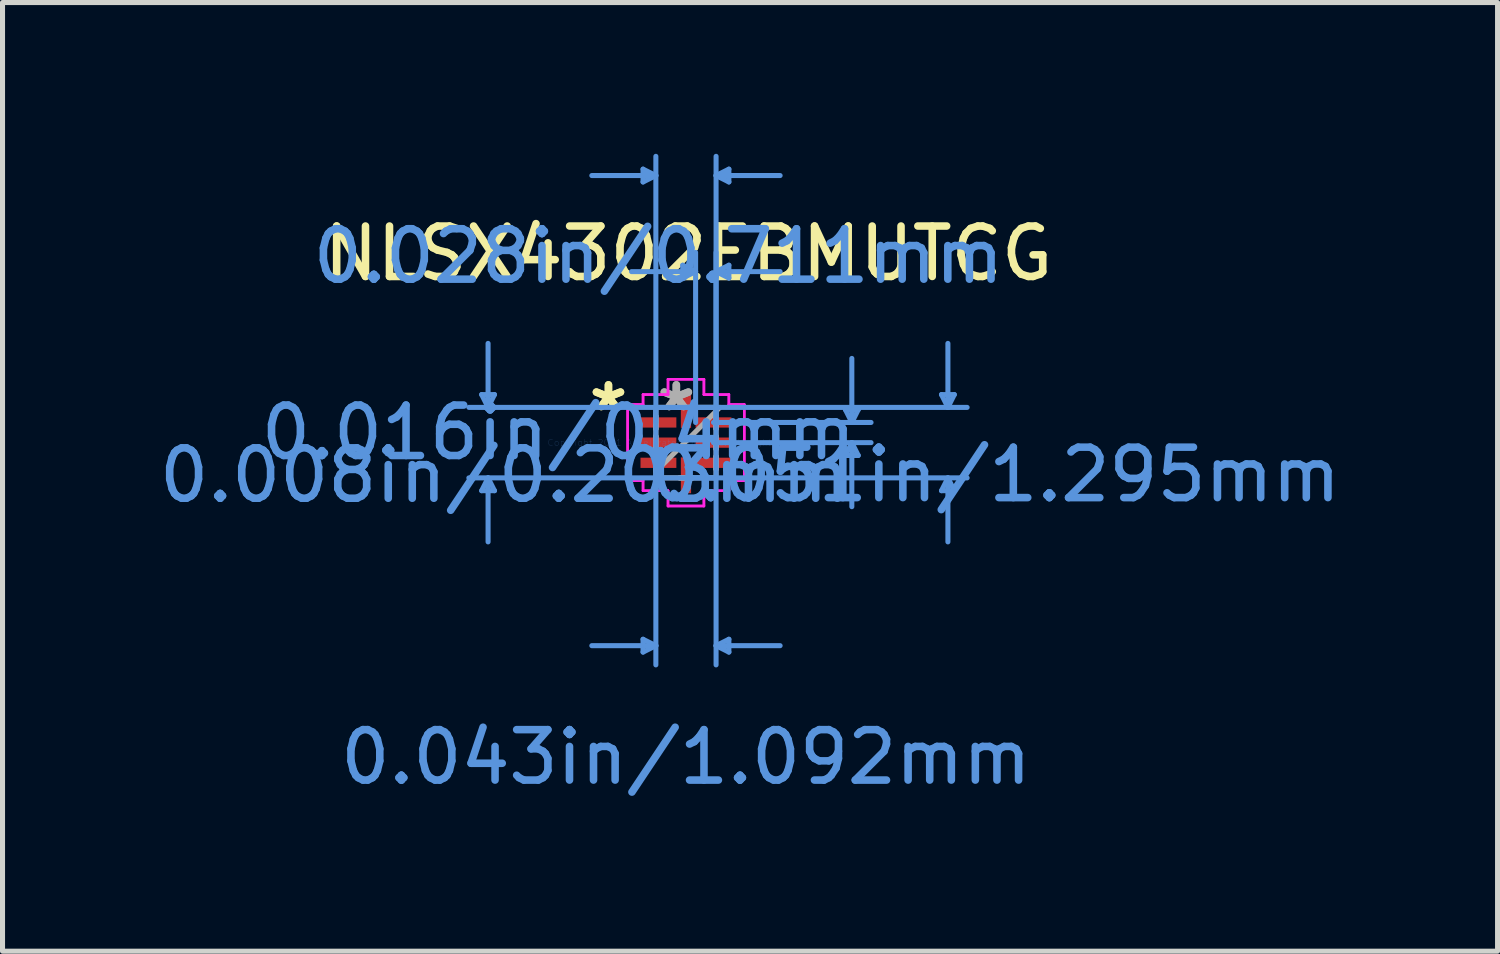
<source format=kicad_pcb>
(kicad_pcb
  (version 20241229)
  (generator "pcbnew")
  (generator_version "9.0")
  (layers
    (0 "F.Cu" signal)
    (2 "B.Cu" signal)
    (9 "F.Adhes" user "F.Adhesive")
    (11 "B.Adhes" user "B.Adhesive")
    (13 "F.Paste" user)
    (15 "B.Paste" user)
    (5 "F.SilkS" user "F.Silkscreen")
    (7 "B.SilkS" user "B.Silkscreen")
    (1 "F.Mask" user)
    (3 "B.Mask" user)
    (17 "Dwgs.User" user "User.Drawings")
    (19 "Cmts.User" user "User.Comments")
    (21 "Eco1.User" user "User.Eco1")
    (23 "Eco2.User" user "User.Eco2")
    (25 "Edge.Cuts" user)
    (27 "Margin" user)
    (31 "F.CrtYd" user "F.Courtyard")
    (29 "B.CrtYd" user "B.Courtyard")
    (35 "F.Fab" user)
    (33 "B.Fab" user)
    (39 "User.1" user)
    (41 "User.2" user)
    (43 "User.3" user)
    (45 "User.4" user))
  (footprint "NLSX4302EBMUTCG"
    (layer "F.Cu")
    (at 10.552 5.727)
    (property "Reference" "NLSX4302EBMUTCG" (at 0.05 -3.75 0) (layer "F.SilkS") (effects (font (size 1 1) (thickness 0.15))))
    (attr through_hole)
    (fp_line (start -4.051 -0.953) (end -3.797 -0.953) (stroke (width 0.1) (type solid)) (layer "Cmts.User"))
    (fp_line (start -4.051 0.953) (end -3.797 0.953) (stroke (width 0.1) (type solid)) (layer "Cmts.User"))
    (fp_line (start -3.924 -0.699) (end -4.051 -0.953) (stroke (width 0.1) (type solid)) (layer "Cmts.User"))
    (fp_line (start -3.924 -0.699) (end -3.924 -1.968) (stroke (width 0.1) (type solid)) (layer "Cmts.User"))
    (fp_line (start -3.924 -0.699) (end -3.797 -0.953) (stroke (width 0.1) (type solid)) (layer "Cmts.User"))
    (fp_line (start -3.924 0.699) (end -4.051 0.953) (stroke (width 0.1) (type solid)) (layer "Cmts.User"))
    (fp_line (start -3.924 0.699) (end -3.924 1.968) (stroke (width 0.1) (type solid)) (layer "Cmts.User"))
    (fp_line (start -3.924 0.699) (end -3.797 0.953) (stroke (width 0.1) (type solid)) (layer "Cmts.User"))
    (fp_line (start -0.851 -5.423) (end -0.851 -5.169) (stroke (width 0.1) (type solid)) (layer "Cmts.User"))
    (fp_line (start -0.851 3.899) (end -0.851 4.153) (stroke (width 0.1) (type solid)) (layer "Cmts.User"))
    (fp_line (start -0.597 -5.296) (end -1.867 -5.296) (stroke (width 0.1) (type solid)) (layer "Cmts.User"))
    (fp_line (start -0.597 -5.296) (end -0.851 -5.423) (stroke (width 0.1) (type solid)) (layer "Cmts.User"))
    (fp_line (start -0.597 -5.296) (end -0.851 -5.169) (stroke (width 0.1) (type solid)) (layer "Cmts.User"))
    (fp_line (start -0.597 -0.699) (end -0.597 4.407) (stroke (width 0.1) (type solid)) (layer "Cmts.User"))
    (fp_line (start -0.597 -0.4) (end -0.597 -5.677) (stroke (width 0.1) (type solid)) (layer "Cmts.User"))
    (fp_line (start -0.597 4.026) (end -1.867 4.026) (stroke (width 0.1) (type solid)) (layer "Cmts.User"))
    (fp_line (start -0.597 4.026) (end -0.851 3.899) (stroke (width 0.1) (type solid)) (layer "Cmts.User"))
    (fp_line (start -0.597 4.026) (end -0.851 4.153) (stroke (width 0.1) (type solid)) (layer "Cmts.User"))
    (fp_line (start -0.064 -3.518) (end -0.064 -3.264) (stroke (width 0.1) (type solid)) (layer "Cmts.User"))
    (fp_line (start 0 -0.699) (end 5.575 -0.699) (stroke (width 0.1) (type solid)) (layer "Cmts.User"))
    (fp_line (start 0 0.699) (end 5.575 0.699) (stroke (width 0.1) (type solid)) (layer "Cmts.User"))
    (fp_line (start 0.191 -3.391) (end -1.079 -3.391) (stroke (width 0.1) (type solid)) (layer "Cmts.User"))
    (fp_line (start 0.191 -3.391) (end -0.064 -3.518) (stroke (width 0.1) (type solid)) (layer "Cmts.User"))
    (fp_line (start 0.191 -3.391) (end -0.064 -3.264) (stroke (width 0.1) (type solid)) (layer "Cmts.User"))
    (fp_line (start 0.191 -0.4) (end 0.191 -3.772) (stroke (width 0.1) (type solid)) (layer "Cmts.User"))
    (fp_line (start 0.546 -0.4) (end 3.67 -0.4) (stroke (width 0.1) (type solid)) (layer "Cmts.User"))
    (fp_line (start 0.546 0) (end 3.67 0) (stroke (width 0.1) (type solid)) (layer "Cmts.User"))
    (fp_line (start 0.597 -5.296) (end 0.851 -5.423) (stroke (width 0.1) (type solid)) (layer "Cmts.User"))
    (fp_line (start 0.597 -5.296) (end 0.851 -5.169) (stroke (width 0.1) (type solid)) (layer "Cmts.User"))
    (fp_line (start 0.597 -5.296) (end 1.867 -5.296) (stroke (width 0.1) (type solid)) (layer "Cmts.User"))
    (fp_line (start 0.597 -3.391) (end 0.851 -3.518) (stroke (width 0.1) (type solid)) (layer "Cmts.User"))
    (fp_line (start 0.597 -3.391) (end 0.851 -3.264) (stroke (width 0.1) (type solid)) (layer "Cmts.User"))
    (fp_line (start 0.597 -3.391) (end 1.867 -3.391) (stroke (width 0.1) (type solid)) (layer "Cmts.User"))
    (fp_line (start 0.597 -0.699) (end -4.305 -0.699) (stroke (width 0.1) (type solid)) (layer "Cmts.User"))
    (fp_line (start 0.597 -0.699) (end 0.597 4.407) (stroke (width 0.1) (type solid)) (layer "Cmts.User"))
    (fp_line (start 0.597 -0.4) (end 0.597 -5.677) (stroke (width 0.1) (type solid)) (layer "Cmts.User"))
    (fp_line (start 0.597 -0.4) (end 0.597 -3.772) (stroke (width 0.1) (type solid)) (layer "Cmts.User"))
    (fp_line (start 0.597 0.699) (end -4.305 0.699) (stroke (width 0.1) (type solid)) (layer "Cmts.User"))
    (fp_line (start 0.597 4.026) (end 0.851 3.899) (stroke (width 0.1) (type solid)) (layer "Cmts.User"))
    (fp_line (start 0.597 4.026) (end 0.851 4.153) (stroke (width 0.1) (type solid)) (layer "Cmts.User"))
    (fp_line (start 0.597 4.026) (end 1.867 4.026) (stroke (width 0.1) (type solid)) (layer "Cmts.User"))
    (fp_line (start 0.851 -5.423) (end 0.851 -5.169) (stroke (width 0.1) (type solid)) (layer "Cmts.User"))
    (fp_line (start 0.851 -3.518) (end 0.851 -3.264) (stroke (width 0.1) (type solid)) (layer "Cmts.User"))
    (fp_line (start 0.851 3.899) (end 0.851 4.153) (stroke (width 0.1) (type solid)) (layer "Cmts.User"))
    (fp_line (start 3.162 -0.654) (end 3.416 -0.654) (stroke (width 0.1) (type solid)) (layer "Cmts.User"))
    (fp_line (start 3.162 0.254) (end 3.416 0.254) (stroke (width 0.1) (type solid)) (layer "Cmts.User"))
    (fp_line (start 3.289 -0.4) (end 3.162 -0.654) (stroke (width 0.1) (type solid)) (layer "Cmts.User"))
    (fp_line (start 3.289 -0.4) (end 3.289 -1.67) (stroke (width 0.1) (type solid)) (layer "Cmts.User"))
    (fp_line (start 3.289 -0.4) (end 3.416 -0.654) (stroke (width 0.1) (type solid)) (layer "Cmts.User"))
    (fp_line (start 3.289 0) (end 3.162 0.254) (stroke (width 0.1) (type solid)) (layer "Cmts.User"))
    (fp_line (start 3.289 0) (end 3.289 1.27) (stroke (width 0.1) (type solid)) (layer "Cmts.User"))
    (fp_line (start 3.289 0) (end 3.416 0.254) (stroke (width 0.1) (type solid)) (layer "Cmts.User"))
    (fp_line (start 5.067 -0.953) (end 5.321 -0.953) (stroke (width 0.1) (type solid)) (layer "Cmts.User"))
    (fp_line (start 5.067 0.953) (end 5.321 0.953) (stroke (width 0.1) (type solid)) (layer "Cmts.User"))
    (fp_line (start 5.194 -0.699) (end 5.067 -0.953) (stroke (width 0.1) (type solid)) (layer "Cmts.User"))
    (fp_line (start 5.194 -0.699) (end 5.194 -1.968) (stroke (width 0.1) (type solid)) (layer "Cmts.User"))
    (fp_line (start 5.194 -0.699) (end 5.321 -0.953) (stroke (width 0.1) (type solid)) (layer "Cmts.User"))
    (fp_line (start 5.194 0.699) (end 5.067 0.953) (stroke (width 0.1) (type solid)) (layer "Cmts.User"))
    (fp_line (start 5.194 0.699) (end 5.194 1.968) (stroke (width 0.1) (type solid)) (layer "Cmts.User"))
    (fp_line (start 5.194 0.699) (end 5.321 0.953) (stroke (width 0.1) (type solid)) (layer "Cmts.User"))
    (fp_line (start -1.156 -0.756) (end -0.851 -0.756) (stroke (width 0.05) (type solid)) (layer "F.CrtYd"))
    (fp_line (start -1.156 -0.756) (end -0.851 -0.756) (stroke (width 0.05) (type solid)) (layer "F.CrtYd"))
    (fp_line (start -1.156 0.756) (end -1.156 -0.756) (stroke (width 0.05) (type solid)) (layer "F.CrtYd"))
    (fp_line (start -1.156 0.756) (end -1.156 -0.756) (stroke (width 0.05) (type solid)) (layer "F.CrtYd"))
    (fp_line (start -0.851 -0.953) (end -0.356 -0.953) (stroke (width 0.05) (type solid)) (layer "F.CrtYd"))
    (fp_line (start -0.851 -0.953) (end -0.356 -0.953) (stroke (width 0.05) (type solid)) (layer "F.CrtYd"))
    (fp_line (start -0.851 -0.756) (end -0.851 -0.953) (stroke (width 0.05) (type solid)) (layer "F.CrtYd"))
    (fp_line (start -0.851 -0.756) (end -0.851 -0.953) (stroke (width 0.05) (type solid)) (layer "F.CrtYd"))
    (fp_line (start -0.851 0.756) (end -1.156 0.756) (stroke (width 0.05) (type solid)) (layer "F.CrtYd"))
    (fp_line (start -0.851 0.756) (end -1.156 0.756) (stroke (width 0.05) (type solid)) (layer "F.CrtYd"))
    (fp_line (start -0.851 0.953) (end -0.851 0.756) (stroke (width 0.05) (type solid)) (layer "F.CrtYd"))
    (fp_line (start -0.851 0.953) (end -0.851 0.756) (stroke (width 0.05) (type solid)) (layer "F.CrtYd"))
    (fp_line (start -0.356 -1.257) (end 0.356 -1.257) (stroke (width 0.05) (type solid)) (layer "F.CrtYd"))
    (fp_line (start -0.356 -1.257) (end 0.356 -1.257) (stroke (width 0.05) (type solid)) (layer "F.CrtYd"))
    (fp_line (start -0.356 -0.953) (end -0.356 -1.257) (stroke (width 0.05) (type solid)) (layer "F.CrtYd"))
    (fp_line (start -0.356 -0.953) (end -0.356 -1.257) (stroke (width 0.05) (type solid)) (layer "F.CrtYd"))
    (fp_line (start -0.356 0.953) (end -0.851 0.953) (stroke (width 0.05) (type solid)) (layer "F.CrtYd"))
    (fp_line (start -0.356 0.953) (end -0.851 0.953) (stroke (width 0.05) (type solid)) (layer "F.CrtYd"))
    (fp_line (start -0.356 1.257) (end -0.356 0.953) (stroke (width 0.05) (type solid)) (layer "F.CrtYd"))
    (fp_line (start -0.356 1.257) (end -0.356 0.953) (stroke (width 0.05) (type solid)) (layer "F.CrtYd"))
    (fp_line (start 0.356 -1.257) (end 0.356 -0.953) (stroke (width 0.05) (type solid)) (layer "F.CrtYd"))
    (fp_line (start 0.356 -1.257) (end 0.356 -0.953) (stroke (width 0.05) (type solid)) (layer "F.CrtYd"))
    (fp_line (start 0.356 -0.953) (end 0.851 -0.953) (stroke (width 0.05) (type solid)) (layer "F.CrtYd"))
    (fp_line (start 0.356 -0.953) (end 0.851 -0.953) (stroke (width 0.05) (type solid)) (layer "F.CrtYd"))
    (fp_line (start 0.356 0.953) (end 0.356 1.257) (stroke (width 0.05) (type solid)) (layer "F.CrtYd"))
    (fp_line (start 0.356 0.953) (end 0.356 1.257) (stroke (width 0.05) (type solid)) (layer "F.CrtYd"))
    (fp_line (start 0.356 1.257) (end -0.356 1.257) (stroke (width 0.05) (type solid)) (layer "F.CrtYd"))
    (fp_line (start 0.356 1.257) (end -0.356 1.257) (stroke (width 0.05) (type solid)) (layer "F.CrtYd"))
    (fp_line (start 0.851 -0.953) (end 0.851 -0.756) (stroke (width 0.05) (type solid)) (layer "F.CrtYd"))
    (fp_line (start 0.851 -0.953) (end 0.851 -0.756) (stroke (width 0.05) (type solid)) (layer "F.CrtYd"))
    (fp_line (start 0.851 -0.756) (end 1.156 -0.756) (stroke (width 0.05) (type solid)) (layer "F.CrtYd"))
    (fp_line (start 0.851 -0.756) (end 1.156 -0.756) (stroke (width 0.05) (type solid)) (layer "F.CrtYd"))
    (fp_line (start 0.851 0.756) (end 0.851 0.953) (stroke (width 0.05) (type solid)) (layer "F.CrtYd"))
    (fp_line (start 0.851 0.756) (end 0.851 0.953) (stroke (width 0.05) (type solid)) (layer "F.CrtYd"))
    (fp_line (start 0.851 0.953) (end 0.356 0.953) (stroke (width 0.05) (type solid)) (layer "F.CrtYd"))
    (fp_line (start 0.851 0.953) (end 0.356 0.953) (stroke (width 0.05) (type solid)) (layer "F.CrtYd"))
    (fp_line (start 1.156 -0.756) (end 1.156 0.756) (stroke (width 0.05) (type solid)) (layer "F.CrtYd"))
    (fp_line (start 1.156 -0.756) (end 1.156 0.756) (stroke (width 0.05) (type solid)) (layer "F.CrtYd"))
    (fp_line (start 1.156 0.756) (end 0.851 0.756) (stroke (width 0.05) (type solid)) (layer "F.CrtYd"))
    (fp_line (start 1.156 0.756) (end 0.851 0.756) (stroke (width 0.05) (type solid)) (layer "F.CrtYd"))
    (fp_line (start -0.597 -0.699) (end -0.597 -0.699) (stroke (width 0.1) (type solid)) (layer "F.Fab"))
    (fp_line (start -0.597 -0.699) (end -0.597 0.699) (stroke (width 0.1) (type solid)) (layer "F.Fab"))
    (fp_line (start -0.597 -0.527) (end -0.597 -0.527) (stroke (width 0.1) (type solid)) (layer "F.Fab"))
    (fp_line (start -0.597 -0.527) (end -0.597 -0.273) (stroke (width 0.1) (type solid)) (layer "F.Fab"))
    (fp_line (start -0.597 -0.273) (end -0.597 -0.527) (stroke (width 0.1) (type solid)) (layer "F.Fab"))
    (fp_line (start -0.597 -0.273) (end -0.597 -0.273) (stroke (width 0.1) (type solid)) (layer "F.Fab"))
    (fp_line (start -0.597 -0.127) (end -0.597 -0.127) (stroke (width 0.1) (type solid)) (layer "F.Fab"))
    (fp_line (start -0.597 -0.127) (end -0.597 0.127) (stroke (width 0.1) (type solid)) (layer "F.Fab"))
    (fp_line (start -0.597 0.127) (end -0.597 -0.127) (stroke (width 0.1) (type solid)) (layer "F.Fab"))
    (fp_line (start -0.597 0.127) (end -0.597 0.127) (stroke (width 0.1) (type solid)) (layer "F.Fab"))
    (fp_line (start -0.597 0.273) (end -0.597 0.273) (stroke (width 0.1) (type solid)) (layer "F.Fab"))
    (fp_line (start -0.597 0.273) (end -0.597 0.527) (stroke (width 0.1) (type solid)) (layer "F.Fab"))
    (fp_line (start -0.597 0.527) (end -0.597 0.273) (stroke (width 0.1) (type solid)) (layer "F.Fab"))
    (fp_line (start -0.597 0.527) (end -0.597 0.527) (stroke (width 0.1) (type solid)) (layer "F.Fab"))
    (fp_line (start -0.597 0.572) (end 0.673 -0.699) (stroke (width 0.1) (type solid)) (layer "F.Fab"))
    (fp_line (start -0.597 0.699) (end -0.597 0.699) (stroke (width 0.1) (type solid)) (layer "F.Fab"))
    (fp_line (start -0.597 0.699) (end 0.597 0.699) (stroke (width 0.1) (type solid)) (layer "F.Fab"))
    (fp_line (start -0.127 -0.699) (end -0.127 -0.699) (stroke (width 0.1) (type solid)) (layer "F.Fab"))
    (fp_line (start -0.127 -0.699) (end 0.127 -0.699) (stroke (width 0.1) (type solid)) (layer "F.Fab"))
    (fp_line (start -0.127 0.699) (end -0.127 0.699) (stroke (width 0.1) (type solid)) (layer "F.Fab"))
    (fp_line (start -0.127 0.699) (end 0.127 0.699) (stroke (width 0.1) (type solid)) (layer "F.Fab"))
    (fp_line (start 0.127 -0.699) (end -0.127 -0.699) (stroke (width 0.1) (type solid)) (layer "F.Fab"))
    (fp_line (start 0.127 -0.699) (end 0.127 -0.699) (stroke (width 0.1) (type solid)) (layer "F.Fab"))
    (fp_line (start 0.127 0.699) (end -0.127 0.699) (stroke (width 0.1) (type solid)) (layer "F.Fab"))
    (fp_line (start 0.127 0.699) (end 0.127 0.699) (stroke (width 0.1) (type solid)) (layer "F.Fab"))
    (fp_line (start 0.597 -0.699) (end -0.597 -0.699) (stroke (width 0.1) (type solid)) (layer "F.Fab"))
    (fp_line (start 0.597 -0.699) (end 0.597 -0.699) (stroke (width 0.1) (type solid)) (layer "F.Fab"))
    (fp_line (start 0.597 -0.527) (end 0.597 -0.527) (stroke (width 0.1) (type solid)) (layer "F.Fab"))
    (fp_line (start 0.597 -0.527) (end 0.597 -0.273) (stroke (width 0.1) (type solid)) (layer "F.Fab"))
    (fp_line (start 0.597 -0.273) (end 0.597 -0.527) (stroke (width 0.1) (type solid)) (layer "F.Fab"))
    (fp_line (start 0.597 -0.273) (end 0.597 -0.273) (stroke (width 0.1) (type solid)) (layer "F.Fab"))
    (fp_line (start 0.597 -0.127) (end 0.597 -0.127) (stroke (width 0.1) (type solid)) (layer "F.Fab"))
    (fp_line (start 0.597 -0.127) (end 0.597 0.127) (stroke (width 0.1) (type solid)) (layer "F.Fab"))
    (fp_line (start 0.597 0.127) (end 0.597 -0.127) (stroke (width 0.1) (type solid)) (layer "F.Fab"))
    (fp_line (start 0.597 0.127) (end 0.597 0.127) (stroke (width 0.1) (type solid)) (layer "F.Fab"))
    (fp_line (start 0.597 0.273) (end 0.597 0.273) (stroke (width 0.1) (type solid)) (layer "F.Fab"))
    (fp_line (start 0.597 0.273) (end 0.597 0.527) (stroke (width 0.1) (type solid)) (layer "F.Fab"))
    (fp_line (start 0.597 0.527) (end 0.597 0.273) (stroke (width 0.1) (type solid)) (layer "F.Fab"))
    (fp_line (start 0.597 0.527) (end 0.597 0.527) (stroke (width 0.1) (type solid)) (layer "F.Fab"))
    (fp_line (start 0.597 0.699) (end 0.597 -0.699) (stroke (width 0.1) (type solid)) (layer "F.Fab"))
    (fp_line (start 0.597 0.699) (end 0.597 0.699) (stroke (width 0.1) (type solid)) (layer "F.Fab"))
    (fp_text user "*" (at -1.537 -0.6 0) (layer "F.SilkS") (effects (font (size 1 1) (thickness 0.15))))
    (fp_text user "*" (at -1.537 -0.6 0) (layer "F.SilkS") (effects (font (size 1 1) (thickness 0.15))))
    (fp_text user "0.008in/0.203mm" (at -3.594 0.648 0) (layer "Cmts.User") (effects (font (size 1 1) (thickness 0.15))))
    (fp_text user "Copyright 2021 Accelerated Designs. All rights reserved." (at 0 0 0) (layer "Cmts.User") (effects (font (size 0.127 0.127) (thickness 0.002))))
    (fp_text user "0.016in/0.4mm" (at -2.527 -0.2 0) (layer "Cmts.User") (effects (font (size 1 1) (thickness 0.15))))
    (fp_text user "0.043in/1.092mm" (at 0 6.236 0) (layer "Cmts.User") (effects (font (size 1 1) (thickness 0.15))))
    (fp_text user "0.028in/0.711mm" (at -0.546 -3.696 0) (layer "Cmts.User") (effects (font (size 1 1) (thickness 0.15))))
    (fp_text user "0.051in/1.295mm" (at 6.134 0.635 0) (layer "Cmts.User") (effects (font (size 1 1) (thickness 0.15))))
    (fp_text user "*" (at -0.191 -0.6 0) (layer "F.Fab") (effects (font (size 1 1) (thickness 0.15))))
    (fp_text user "*" (at -0.191 -0.6 0) (layer "F.Fab") (effects (font (size 1 1) (thickness 0.15))))
    (pad "1" smd rect (at 0 -0.648) (size 0.203 0.711) (layers "F.Cu" "F.Mask" "F.Paste"))
    (pad "2" smd rect (at -0.546 -0.4 90) (size 0.203 0.711) (layers "F.Cu" "F.Mask" "F.Paste"))
    (pad "3" smd rect (at -0.546 0 90) (size 0.203 0.711) (layers "F.Cu" "F.Mask" "F.Paste"))
    (pad "4" smd rect (at -0.546 0.4 90) (size 0.203 0.711) (layers "F.Cu" "F.Mask" "F.Paste"))
    (pad "5" smd rect (at 0 0.648) (size 0.203 0.711) (layers "F.Cu" "F.Mask" "F.Paste"))
    (pad "6" smd rect (at 0.546 0.4 90) (size 0.203 0.711) (layers "F.Cu" "F.Mask" "F.Paste"))
    (pad "7" smd rect (at 0.546 0 90) (size 0.203 0.711) (layers "F.Cu" "F.Mask" "F.Paste"))
    (pad "8" smd rect (at 0.546 -0.4 90) (size 0.203 0.711) (layers "F.Cu" "F.Mask" "F.Paste")))
  (gr_rect
    (start -3 -3)
    (end 26.645 15.811)
    (stroke (width 0.1) (type default))
    (fill no)
    (layer "Edge.Cuts")))
</source>
